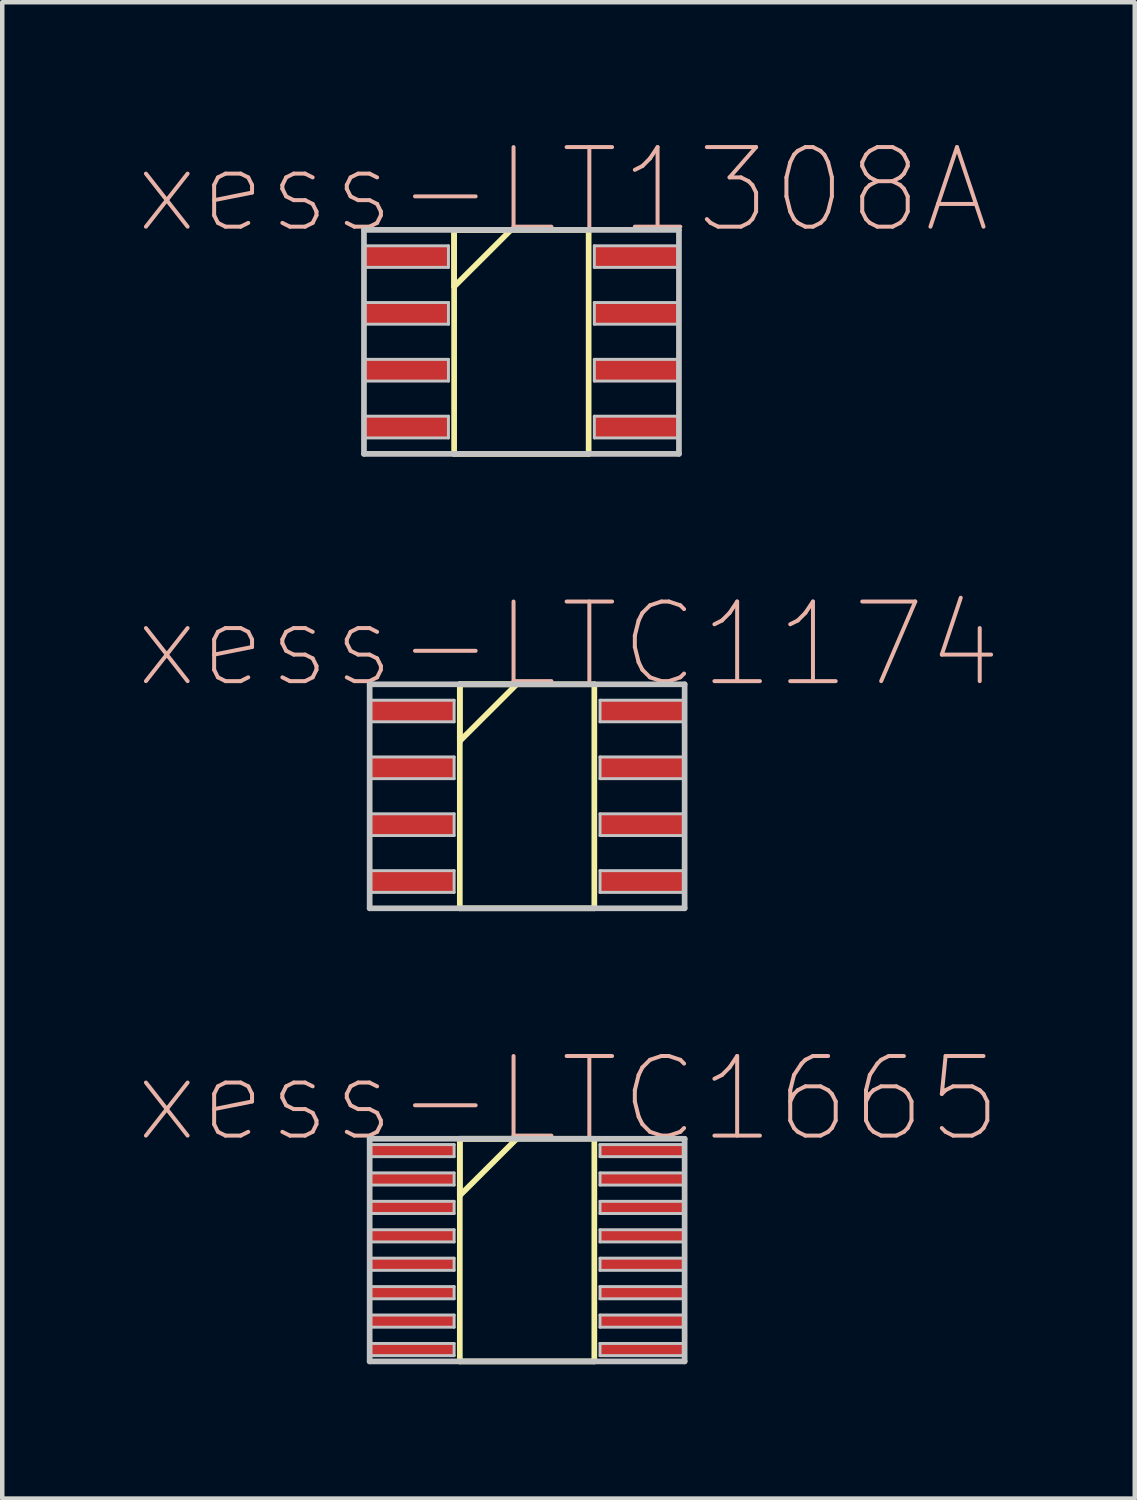
<source format=kicad_pcb>
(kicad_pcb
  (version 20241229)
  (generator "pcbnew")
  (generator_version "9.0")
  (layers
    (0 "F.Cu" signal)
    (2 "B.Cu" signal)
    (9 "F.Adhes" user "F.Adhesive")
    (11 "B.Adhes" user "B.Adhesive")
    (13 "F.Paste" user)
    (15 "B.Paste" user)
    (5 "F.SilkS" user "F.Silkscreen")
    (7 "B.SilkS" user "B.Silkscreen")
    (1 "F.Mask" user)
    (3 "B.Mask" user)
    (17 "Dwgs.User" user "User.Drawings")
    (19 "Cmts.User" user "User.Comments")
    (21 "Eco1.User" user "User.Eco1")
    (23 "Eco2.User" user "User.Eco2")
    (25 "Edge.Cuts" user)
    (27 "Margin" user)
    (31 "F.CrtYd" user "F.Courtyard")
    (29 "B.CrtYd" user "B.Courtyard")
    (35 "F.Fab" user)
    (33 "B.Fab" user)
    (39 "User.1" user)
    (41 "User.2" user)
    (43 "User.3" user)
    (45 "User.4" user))
  (footprint "xess-LTC1174"
    (layer "F.Cu")
    (at 6.262 12.834)
    (property "Reference" "xess-LTC1174" (at 3.388 -1.486 0) (layer "B.SilkS") (effects (font (size 1.778 1.778) (thickness 0.089))))
    (attr smd)
    (fp_line (start 0.96 -0.597) (end 0.96 0.671) (stroke (width 0.127) (type solid)) (layer "F.SilkS"))
    (fp_line (start 0.96 -0.597) (end 0.96 4.407) (stroke (width 0.127) (type solid)) (layer "F.SilkS"))
    (fp_line (start 0.96 0.671) (end 2.23 -0.597) (stroke (width 0.127) (type solid)) (layer "F.SilkS"))
    (fp_line (start 0.96 4.407) (end 3.965 4.407) (stroke (width 0.127) (type solid)) (layer "F.SilkS"))
    (fp_line (start 2.23 -0.597) (end 0.96 -0.597) (stroke (width 0.127) (type solid)) (layer "F.SilkS"))
    (fp_line (start 3.965 -0.597) (end 0.96 -0.597) (stroke (width 0.127) (type solid)) (layer "F.SilkS"))
    (fp_line (start 3.965 4.407) (end 3.965 -0.597) (stroke (width 0.127) (type solid)) (layer "F.SilkS"))
    (fp_line (start -1.054 -0.597) (end -1.054 4.407) (stroke (width 0.127) (type solid)) (layer "Dwgs.User"))
    (fp_line (start -1.054 -0.241) (end 0.833 -0.241) (stroke (width 0.066) (type solid)) (layer "Dwgs.User"))
    (fp_line (start -1.054 0.241) (end -1.054 -0.241) (stroke (width 0.066) (type solid)) (layer "Dwgs.User"))
    (fp_line (start -1.054 0.241) (end 0.833 0.241) (stroke (width 0.066) (type solid)) (layer "Dwgs.User"))
    (fp_line (start -1.054 1.026) (end 0.833 1.026) (stroke (width 0.066) (type solid)) (layer "Dwgs.User"))
    (fp_line (start -1.054 1.511) (end -1.054 1.026) (stroke (width 0.066) (type solid)) (layer "Dwgs.User"))
    (fp_line (start -1.054 1.511) (end 0.833 1.511) (stroke (width 0.066) (type solid)) (layer "Dwgs.User"))
    (fp_line (start -1.054 2.296) (end 0.833 2.296) (stroke (width 0.066) (type solid)) (layer "Dwgs.User"))
    (fp_line (start -1.054 2.781) (end -1.054 2.296) (stroke (width 0.066) (type solid)) (layer "Dwgs.User"))
    (fp_line (start -1.054 2.781) (end 0.833 2.781) (stroke (width 0.066) (type solid)) (layer "Dwgs.User"))
    (fp_line (start -1.054 3.566) (end 0.833 3.566) (stroke (width 0.066) (type solid)) (layer "Dwgs.User"))
    (fp_line (start -1.054 4.051) (end -1.054 3.566) (stroke (width 0.066) (type solid)) (layer "Dwgs.User"))
    (fp_line (start -1.054 4.051) (end 0.833 4.051) (stroke (width 0.066) (type solid)) (layer "Dwgs.User"))
    (fp_line (start -1.054 4.407) (end 5.982 4.407) (stroke (width 0.127) (type solid)) (layer "Dwgs.User"))
    (fp_line (start 0.833 0.241) (end 0.833 -0.241) (stroke (width 0.066) (type solid)) (layer "Dwgs.User"))
    (fp_line (start 0.833 1.511) (end 0.833 1.026) (stroke (width 0.066) (type solid)) (layer "Dwgs.User"))
    (fp_line (start 0.833 2.781) (end 0.833 2.296) (stroke (width 0.066) (type solid)) (layer "Dwgs.User"))
    (fp_line (start 0.833 4.051) (end 0.833 3.566) (stroke (width 0.066) (type solid)) (layer "Dwgs.User"))
    (fp_line (start 4.092 -0.241) (end 5.982 -0.241) (stroke (width 0.066) (type solid)) (layer "Dwgs.User"))
    (fp_line (start 4.092 0.241) (end 4.092 -0.241) (stroke (width 0.066) (type solid)) (layer "Dwgs.User"))
    (fp_line (start 4.092 0.241) (end 5.982 0.241) (stroke (width 0.066) (type solid)) (layer "Dwgs.User"))
    (fp_line (start 4.092 1.026) (end 5.982 1.026) (stroke (width 0.066) (type solid)) (layer "Dwgs.User"))
    (fp_line (start 4.092 1.511) (end 4.092 1.026) (stroke (width 0.066) (type solid)) (layer "Dwgs.User"))
    (fp_line (start 4.092 1.511) (end 5.982 1.511) (stroke (width 0.066) (type solid)) (layer "Dwgs.User"))
    (fp_line (start 4.092 2.296) (end 5.982 2.296) (stroke (width 0.066) (type solid)) (layer "Dwgs.User"))
    (fp_line (start 4.092 2.781) (end 4.092 2.296) (stroke (width 0.066) (type solid)) (layer "Dwgs.User"))
    (fp_line (start 4.092 2.781) (end 5.982 2.781) (stroke (width 0.066) (type solid)) (layer "Dwgs.User"))
    (fp_line (start 4.092 3.566) (end 5.982 3.566) (stroke (width 0.066) (type solid)) (layer "Dwgs.User"))
    (fp_line (start 4.092 4.051) (end 4.092 3.566) (stroke (width 0.066) (type solid)) (layer "Dwgs.User"))
    (fp_line (start 4.092 4.051) (end 5.982 4.051) (stroke (width 0.066) (type solid)) (layer "Dwgs.User"))
    (fp_line (start 5.982 -0.597) (end -1.054 -0.597) (stroke (width 0.127) (type solid)) (layer "Dwgs.User"))
    (fp_line (start 5.982 0.241) (end 5.982 -0.241) (stroke (width 0.066) (type solid)) (layer "Dwgs.User"))
    (fp_line (start 5.982 1.511) (end 5.982 1.026) (stroke (width 0.066) (type solid)) (layer "Dwgs.User"))
    (fp_line (start 5.982 2.781) (end 5.982 2.296) (stroke (width 0.066) (type solid)) (layer "Dwgs.User"))
    (fp_line (start 5.982 4.051) (end 5.982 3.566) (stroke (width 0.066) (type solid)) (layer "Dwgs.User"))
    (fp_line (start 5.982 4.407) (end 5.982 -0.597) (stroke (width 0.127) (type solid)) (layer "Dwgs.User"))
    (pad "1" smd rect (at -0.109 0) (size 1.89 0.483) (layers "F.Cu" "F.Mask" "F.Paste"))
    (pad "2" smd rect (at -0.109 1.27) (size 1.89 0.483) (layers "F.Cu" "F.Mask" "F.Paste"))
    (pad "3" smd rect (at -0.109 2.54) (size 1.89 0.483) (layers "F.Cu" "F.Mask" "F.Paste"))
    (pad "4" smd rect (at -0.109 3.81) (size 1.89 0.483) (layers "F.Cu" "F.Mask" "F.Paste"))
    (pad "5" smd rect (at 5.037 3.81) (size 1.89 0.483) (layers "F.Cu" "F.Mask" "F.Paste"))
    (pad "6" smd rect (at 5.037 2.54) (size 1.89 0.483) (layers "F.Cu" "F.Mask" "F.Paste"))
    (pad "7" smd rect (at 5.037 1.27) (size 1.89 0.483) (layers "F.Cu" "F.Mask" "F.Paste"))
    (pad "8" smd rect (at 5.037 0) (size 1.89 0.483) (layers "F.Cu" "F.Mask" "F.Paste")))
  (footprint "xess-LTC1665"
    (layer "F.Cu")
    (at 6.262 22.654)
    (property "Reference" "xess-LTC1665" (at 3.388 -1.153 0) (layer "B.SilkS") (effects (font (size 1.778 1.778) (thickness 0.089))))
    (attr smd)
    (fp_line (start 0.96 -0.264) (end 0.96 1.003) (stroke (width 0.127) (type solid)) (layer "F.SilkS"))
    (fp_line (start 0.96 -0.264) (end 0.96 4.709) (stroke (width 0.127) (type solid)) (layer "F.SilkS"))
    (fp_line (start 0.96 1.003) (end 2.23 -0.264) (stroke (width 0.127) (type solid)) (layer "F.SilkS"))
    (fp_line (start 0.96 4.709) (end 3.965 4.709) (stroke (width 0.127) (type solid)) (layer "F.SilkS"))
    (fp_line (start 2.23 -0.264) (end 0.96 -0.264) (stroke (width 0.127) (type solid)) (layer "F.SilkS"))
    (fp_line (start 3.965 -0.264) (end 0.96 -0.264) (stroke (width 0.127) (type solid)) (layer "F.SilkS"))
    (fp_line (start 3.965 4.709) (end 3.965 -0.264) (stroke (width 0.127) (type solid)) (layer "F.SilkS"))
    (fp_line (start -1.054 -0.264) (end -1.054 4.709) (stroke (width 0.127) (type solid)) (layer "Dwgs.User"))
    (fp_line (start -1.054 -0.135) (end 0.833 -0.135) (stroke (width 0.066) (type solid)) (layer "Dwgs.User"))
    (fp_line (start -1.054 0.135) (end -1.054 -0.135) (stroke (width 0.066) (type solid)) (layer "Dwgs.User"))
    (fp_line (start -1.054 0.135) (end 0.833 0.135) (stroke (width 0.066) (type solid)) (layer "Dwgs.User"))
    (fp_line (start -1.054 0.498) (end 0.833 0.498) (stroke (width 0.066) (type solid)) (layer "Dwgs.User"))
    (fp_line (start -1.054 0.77) (end -1.054 0.498) (stroke (width 0.066) (type solid)) (layer "Dwgs.User"))
    (fp_line (start -1.054 0.77) (end 0.833 0.77) (stroke (width 0.066) (type solid)) (layer "Dwgs.User"))
    (fp_line (start -1.054 1.133) (end 0.833 1.133) (stroke (width 0.066) (type solid)) (layer "Dwgs.User"))
    (fp_line (start -1.054 1.405) (end -1.054 1.133) (stroke (width 0.066) (type solid)) (layer "Dwgs.User"))
    (fp_line (start -1.054 1.405) (end 0.833 1.405) (stroke (width 0.066) (type solid)) (layer "Dwgs.User"))
    (fp_line (start -1.054 1.768) (end 0.833 1.768) (stroke (width 0.066) (type solid)) (layer "Dwgs.User"))
    (fp_line (start -1.054 2.04) (end -1.054 1.768) (stroke (width 0.066) (type solid)) (layer "Dwgs.User"))
    (fp_line (start -1.054 2.04) (end 0.833 2.04) (stroke (width 0.066) (type solid)) (layer "Dwgs.User"))
    (fp_line (start -1.054 2.403) (end 0.833 2.403) (stroke (width 0.066) (type solid)) (layer "Dwgs.User"))
    (fp_line (start -1.054 2.675) (end -1.054 2.403) (stroke (width 0.066) (type solid)) (layer "Dwgs.User"))
    (fp_line (start -1.054 2.675) (end 0.833 2.675) (stroke (width 0.066) (type solid)) (layer "Dwgs.User"))
    (fp_line (start -1.054 3.038) (end 0.833 3.038) (stroke (width 0.066) (type solid)) (layer "Dwgs.User"))
    (fp_line (start -1.054 3.31) (end -1.054 3.038) (stroke (width 0.066) (type solid)) (layer "Dwgs.User"))
    (fp_line (start -1.054 3.31) (end 0.833 3.31) (stroke (width 0.066) (type solid)) (layer "Dwgs.User"))
    (fp_line (start -1.054 3.673) (end 0.833 3.673) (stroke (width 0.066) (type solid)) (layer "Dwgs.User"))
    (fp_line (start -1.054 3.945) (end -1.054 3.673) (stroke (width 0.066) (type solid)) (layer "Dwgs.User"))
    (fp_line (start -1.054 3.945) (end 0.833 3.945) (stroke (width 0.066) (type solid)) (layer "Dwgs.User"))
    (fp_line (start -1.054 4.308) (end 0.833 4.308) (stroke (width 0.066) (type solid)) (layer "Dwgs.User"))
    (fp_line (start -1.054 4.58) (end -1.054 4.308) (stroke (width 0.066) (type solid)) (layer "Dwgs.User"))
    (fp_line (start -1.054 4.58) (end 0.833 4.58) (stroke (width 0.066) (type solid)) (layer "Dwgs.User"))
    (fp_line (start -1.054 4.709) (end 5.982 4.709) (stroke (width 0.127) (type solid)) (layer "Dwgs.User"))
    (fp_line (start 0.833 0.135) (end 0.833 -0.135) (stroke (width 0.066) (type solid)) (layer "Dwgs.User"))
    (fp_line (start 0.833 0.77) (end 0.833 0.498) (stroke (width 0.066) (type solid)) (layer "Dwgs.User"))
    (fp_line (start 0.833 1.405) (end 0.833 1.133) (stroke (width 0.066) (type solid)) (layer "Dwgs.User"))
    (fp_line (start 0.833 2.04) (end 0.833 1.768) (stroke (width 0.066) (type solid)) (layer "Dwgs.User"))
    (fp_line (start 0.833 2.675) (end 0.833 2.403) (stroke (width 0.066) (type solid)) (layer "Dwgs.User"))
    (fp_line (start 0.833 3.31) (end 0.833 3.038) (stroke (width 0.066) (type solid)) (layer "Dwgs.User"))
    (fp_line (start 0.833 3.945) (end 0.833 3.673) (stroke (width 0.066) (type solid)) (layer "Dwgs.User"))
    (fp_line (start 0.833 4.58) (end 0.833 4.308) (stroke (width 0.066) (type solid)) (layer "Dwgs.User"))
    (fp_line (start 4.092 -0.135) (end 5.982 -0.135) (stroke (width 0.066) (type solid)) (layer "Dwgs.User"))
    (fp_line (start 4.092 0.135) (end 4.092 -0.135) (stroke (width 0.066) (type solid)) (layer "Dwgs.User"))
    (fp_line (start 4.092 0.135) (end 5.982 0.135) (stroke (width 0.066) (type solid)) (layer "Dwgs.User"))
    (fp_line (start 4.092 0.498) (end 5.982 0.498) (stroke (width 0.066) (type solid)) (layer "Dwgs.User"))
    (fp_line (start 4.092 0.77) (end 4.092 0.498) (stroke (width 0.066) (type solid)) (layer "Dwgs.User"))
    (fp_line (start 4.092 0.77) (end 5.982 0.77) (stroke (width 0.066) (type solid)) (layer "Dwgs.User"))
    (fp_line (start 4.092 1.133) (end 5.982 1.133) (stroke (width 0.066) (type solid)) (layer "Dwgs.User"))
    (fp_line (start 4.092 1.405) (end 4.092 1.133) (stroke (width 0.066) (type solid)) (layer "Dwgs.User"))
    (fp_line (start 4.092 1.405) (end 5.982 1.405) (stroke (width 0.066) (type solid)) (layer "Dwgs.User"))
    (fp_line (start 4.092 1.768) (end 5.982 1.768) (stroke (width 0.066) (type solid)) (layer "Dwgs.User"))
    (fp_line (start 4.092 2.04) (end 4.092 1.768) (stroke (width 0.066) (type solid)) (layer "Dwgs.User"))
    (fp_line (start 4.092 2.04) (end 5.982 2.04) (stroke (width 0.066) (type solid)) (layer "Dwgs.User"))
    (fp_line (start 4.092 2.403) (end 5.982 2.403) (stroke (width 0.066) (type solid)) (layer "Dwgs.User"))
    (fp_line (start 4.092 2.675) (end 4.092 2.403) (stroke (width 0.066) (type solid)) (layer "Dwgs.User"))
    (fp_line (start 4.092 2.675) (end 5.982 2.675) (stroke (width 0.066) (type solid)) (layer "Dwgs.User"))
    (fp_line (start 4.092 3.038) (end 5.982 3.038) (stroke (width 0.066) (type solid)) (layer "Dwgs.User"))
    (fp_line (start 4.092 3.31) (end 4.092 3.038) (stroke (width 0.066) (type solid)) (layer "Dwgs.User"))
    (fp_line (start 4.092 3.31) (end 5.982 3.31) (stroke (width 0.066) (type solid)) (layer "Dwgs.User"))
    (fp_line (start 4.092 3.673) (end 5.982 3.673) (stroke (width 0.066) (type solid)) (layer "Dwgs.User"))
    (fp_line (start 4.092 3.945) (end 4.092 3.673) (stroke (width 0.066) (type solid)) (layer "Dwgs.User"))
    (fp_line (start 4.092 3.945) (end 5.982 3.945) (stroke (width 0.066) (type solid)) (layer "Dwgs.User"))
    (fp_line (start 4.092 4.308) (end 5.982 4.308) (stroke (width 0.066) (type solid)) (layer "Dwgs.User"))
    (fp_line (start 4.092 4.58) (end 4.092 4.308) (stroke (width 0.066) (type solid)) (layer "Dwgs.User"))
    (fp_line (start 4.092 4.58) (end 5.982 4.58) (stroke (width 0.066) (type solid)) (layer "Dwgs.User"))
    (fp_line (start 5.982 -0.264) (end -1.054 -0.264) (stroke (width 0.127) (type solid)) (layer "Dwgs.User"))
    (fp_line (start 5.982 0.135) (end 5.982 -0.135) (stroke (width 0.066) (type solid)) (layer "Dwgs.User"))
    (fp_line (start 5.982 0.77) (end 5.982 0.498) (stroke (width 0.066) (type solid)) (layer "Dwgs.User"))
    (fp_line (start 5.982 1.405) (end 5.982 1.133) (stroke (width 0.066) (type solid)) (layer "Dwgs.User"))
    (fp_line (start 5.982 2.04) (end 5.982 1.768) (stroke (width 0.066) (type solid)) (layer "Dwgs.User"))
    (fp_line (start 5.982 2.675) (end 5.982 2.403) (stroke (width 0.066) (type solid)) (layer "Dwgs.User"))
    (fp_line (start 5.982 3.31) (end 5.982 3.038) (stroke (width 0.066) (type solid)) (layer "Dwgs.User"))
    (fp_line (start 5.982 3.945) (end 5.982 3.673) (stroke (width 0.066) (type solid)) (layer "Dwgs.User"))
    (fp_line (start 5.982 4.58) (end 5.982 4.308) (stroke (width 0.066) (type solid)) (layer "Dwgs.User"))
    (fp_line (start 5.982 4.709) (end 5.982 -0.264) (stroke (width 0.127) (type solid)) (layer "Dwgs.User"))
    (pad "1" smd rect (at -0.109 0) (size 1.89 0.269) (layers "F.Cu" "F.Mask" "F.Paste"))
    (pad "2" smd rect (at -0.109 0.635) (size 1.89 0.269) (layers "F.Cu" "F.Mask" "F.Paste"))
    (pad "3" smd rect (at -0.109 1.27) (size 1.89 0.269) (layers "F.Cu" "F.Mask" "F.Paste"))
    (pad "4" smd rect (at -0.109 1.905) (size 1.89 0.269) (layers "F.Cu" "F.Mask" "F.Paste"))
    (pad "5" smd rect (at -0.109 2.54) (size 1.89 0.269) (layers "F.Cu" "F.Mask" "F.Paste"))
    (pad "6" smd rect (at -0.109 3.175) (size 1.89 0.269) (layers "F.Cu" "F.Mask" "F.Paste"))
    (pad "7" smd rect (at -0.109 3.81) (size 1.89 0.269) (layers "F.Cu" "F.Mask" "F.Paste"))
    (pad "8" smd rect (at -0.109 4.445) (size 1.89 0.269) (layers "F.Cu" "F.Mask" "F.Paste"))
    (pad "9" smd rect (at 5.037 4.445) (size 1.89 0.269) (layers "F.Cu" "F.Mask" "F.Paste"))
    (pad "10" smd rect (at 5.037 3.81) (size 1.89 0.269) (layers "F.Cu" "F.Mask" "F.Paste"))
    (pad "11" smd rect (at 5.037 3.175) (size 1.89 0.269) (layers "F.Cu" "F.Mask" "F.Paste"))
    (pad "12" smd rect (at 5.037 2.54) (size 1.89 0.269) (layers "F.Cu" "F.Mask" "F.Paste"))
    (pad "13" smd rect (at 5.037 1.905) (size 1.89 0.269) (layers "F.Cu" "F.Mask" "F.Paste"))
    (pad "14" smd rect (at 5.037 1.27) (size 1.89 0.269) (layers "F.Cu" "F.Mask" "F.Paste"))
    (pad "15" smd rect (at 5.037 0.635) (size 1.89 0.269) (layers "F.Cu" "F.Mask" "F.Paste"))
    (pad "16" smd rect (at 5.037 0) (size 1.89 0.269) (layers "F.Cu" "F.Mask" "F.Paste")))
  (footprint "xess-LT1308A"
    (layer "F.Cu")
    (at 6.135 2.682)
    (property "Reference" "xess-LT1308A" (at 3.388 -1.486 0) (layer "B.SilkS") (effects (font (size 1.778 1.778) (thickness 0.089))))
    (attr smd)
    (fp_line (start 0.96 -0.597) (end 0.96 0.671) (stroke (width 0.127) (type solid)) (layer "F.SilkS"))
    (fp_line (start 0.96 -0.597) (end 0.96 4.407) (stroke (width 0.127) (type solid)) (layer "F.SilkS"))
    (fp_line (start 0.96 0.671) (end 2.23 -0.597) (stroke (width 0.127) (type solid)) (layer "F.SilkS"))
    (fp_line (start 0.96 4.407) (end 3.965 4.407) (stroke (width 0.127) (type solid)) (layer "F.SilkS"))
    (fp_line (start 2.23 -0.597) (end 0.96 -0.597) (stroke (width 0.127) (type solid)) (layer "F.SilkS"))
    (fp_line (start 3.965 -0.597) (end 0.96 -0.597) (stroke (width 0.127) (type solid)) (layer "F.SilkS"))
    (fp_line (start 3.965 4.407) (end 3.965 -0.597) (stroke (width 0.127) (type solid)) (layer "F.SilkS"))
    (fp_line (start -1.054 -0.597) (end -1.054 4.407) (stroke (width 0.127) (type solid)) (layer "Dwgs.User"))
    (fp_line (start -1.054 -0.241) (end 0.833 -0.241) (stroke (width 0.066) (type solid)) (layer "Dwgs.User"))
    (fp_line (start -1.054 0.241) (end -1.054 -0.241) (stroke (width 0.066) (type solid)) (layer "Dwgs.User"))
    (fp_line (start -1.054 0.241) (end 0.833 0.241) (stroke (width 0.066) (type solid)) (layer "Dwgs.User"))
    (fp_line (start -1.054 1.026) (end 0.833 1.026) (stroke (width 0.066) (type solid)) (layer "Dwgs.User"))
    (fp_line (start -1.054 1.511) (end -1.054 1.026) (stroke (width 0.066) (type solid)) (layer "Dwgs.User"))
    (fp_line (start -1.054 1.511) (end 0.833 1.511) (stroke (width 0.066) (type solid)) (layer "Dwgs.User"))
    (fp_line (start -1.054 2.296) (end 0.833 2.296) (stroke (width 0.066) (type solid)) (layer "Dwgs.User"))
    (fp_line (start -1.054 2.781) (end -1.054 2.296) (stroke (width 0.066) (type solid)) (layer "Dwgs.User"))
    (fp_line (start -1.054 2.781) (end 0.833 2.781) (stroke (width 0.066) (type solid)) (layer "Dwgs.User"))
    (fp_line (start -1.054 3.566) (end 0.833 3.566) (stroke (width 0.066) (type solid)) (layer "Dwgs.User"))
    (fp_line (start -1.054 4.051) (end -1.054 3.566) (stroke (width 0.066) (type solid)) (layer "Dwgs.User"))
    (fp_line (start -1.054 4.051) (end 0.833 4.051) (stroke (width 0.066) (type solid)) (layer "Dwgs.User"))
    (fp_line (start -1.054 4.407) (end 5.982 4.407) (stroke (width 0.127) (type solid)) (layer "Dwgs.User"))
    (fp_line (start 0.833 0.241) (end 0.833 -0.241) (stroke (width 0.066) (type solid)) (layer "Dwgs.User"))
    (fp_line (start 0.833 1.511) (end 0.833 1.026) (stroke (width 0.066) (type solid)) (layer "Dwgs.User"))
    (fp_line (start 0.833 2.781) (end 0.833 2.296) (stroke (width 0.066) (type solid)) (layer "Dwgs.User"))
    (fp_line (start 0.833 4.051) (end 0.833 3.566) (stroke (width 0.066) (type solid)) (layer "Dwgs.User"))
    (fp_line (start 4.092 -0.241) (end 5.982 -0.241) (stroke (width 0.066) (type solid)) (layer "Dwgs.User"))
    (fp_line (start 4.092 0.241) (end 4.092 -0.241) (stroke (width 0.066) (type solid)) (layer "Dwgs.User"))
    (fp_line (start 4.092 0.241) (end 5.982 0.241) (stroke (width 0.066) (type solid)) (layer "Dwgs.User"))
    (fp_line (start 4.092 1.026) (end 5.982 1.026) (stroke (width 0.066) (type solid)) (layer "Dwgs.User"))
    (fp_line (start 4.092 1.511) (end 4.092 1.026) (stroke (width 0.066) (type solid)) (layer "Dwgs.User"))
    (fp_line (start 4.092 1.511) (end 5.982 1.511) (stroke (width 0.066) (type solid)) (layer "Dwgs.User"))
    (fp_line (start 4.092 2.296) (end 5.982 2.296) (stroke (width 0.066) (type solid)) (layer "Dwgs.User"))
    (fp_line (start 4.092 2.781) (end 4.092 2.296) (stroke (width 0.066) (type solid)) (layer "Dwgs.User"))
    (fp_line (start 4.092 2.781) (end 5.982 2.781) (stroke (width 0.066) (type solid)) (layer "Dwgs.User"))
    (fp_line (start 4.092 3.566) (end 5.982 3.566) (stroke (width 0.066) (type solid)) (layer "Dwgs.User"))
    (fp_line (start 4.092 4.051) (end 4.092 3.566) (stroke (width 0.066) (type solid)) (layer "Dwgs.User"))
    (fp_line (start 4.092 4.051) (end 5.982 4.051) (stroke (width 0.066) (type solid)) (layer "Dwgs.User"))
    (fp_line (start 5.982 -0.597) (end -1.054 -0.597) (stroke (width 0.127) (type solid)) (layer "Dwgs.User"))
    (fp_line (start 5.982 0.241) (end 5.982 -0.241) (stroke (width 0.066) (type solid)) (layer "Dwgs.User"))
    (fp_line (start 5.982 1.511) (end 5.982 1.026) (stroke (width 0.066) (type solid)) (layer "Dwgs.User"))
    (fp_line (start 5.982 2.781) (end 5.982 2.296) (stroke (width 0.066) (type solid)) (layer "Dwgs.User"))
    (fp_line (start 5.982 4.051) (end 5.982 3.566) (stroke (width 0.066) (type solid)) (layer "Dwgs.User"))
    (fp_line (start 5.982 4.407) (end 5.982 -0.597) (stroke (width 0.127) (type solid)) (layer "Dwgs.User"))
    (pad "1" smd rect (at -0.109 0) (size 1.89 0.483) (layers "F.Cu" "F.Mask" "F.Paste"))
    (pad "2" smd rect (at -0.109 1.27) (size 1.89 0.483) (layers "F.Cu" "F.Mask" "F.Paste"))
    (pad "3" smd rect (at -0.109 2.54) (size 1.89 0.483) (layers "F.Cu" "F.Mask" "F.Paste"))
    (pad "4" smd rect (at -0.109 3.81) (size 1.89 0.483) (layers "F.Cu" "F.Mask" "F.Paste"))
    (pad "5" smd rect (at 5.037 3.81) (size 1.89 0.483) (layers "F.Cu" "F.Mask" "F.Paste"))
    (pad "6" smd rect (at 5.037 2.54) (size 1.89 0.483) (layers "F.Cu" "F.Mask" "F.Paste"))
    (pad "7" smd rect (at 5.037 1.27) (size 1.89 0.483) (layers "F.Cu" "F.Mask" "F.Paste"))
    (pad "8" smd rect (at 5.037 0) (size 1.89 0.483) (layers "F.Cu" "F.Mask" "F.Paste")))
  (gr_rect
    (start -3 -3)
    (end 22.3 30.427)
    (stroke (width 0.1) (type default))
    (fill no)
    (layer "Edge.Cuts")))
</source>
